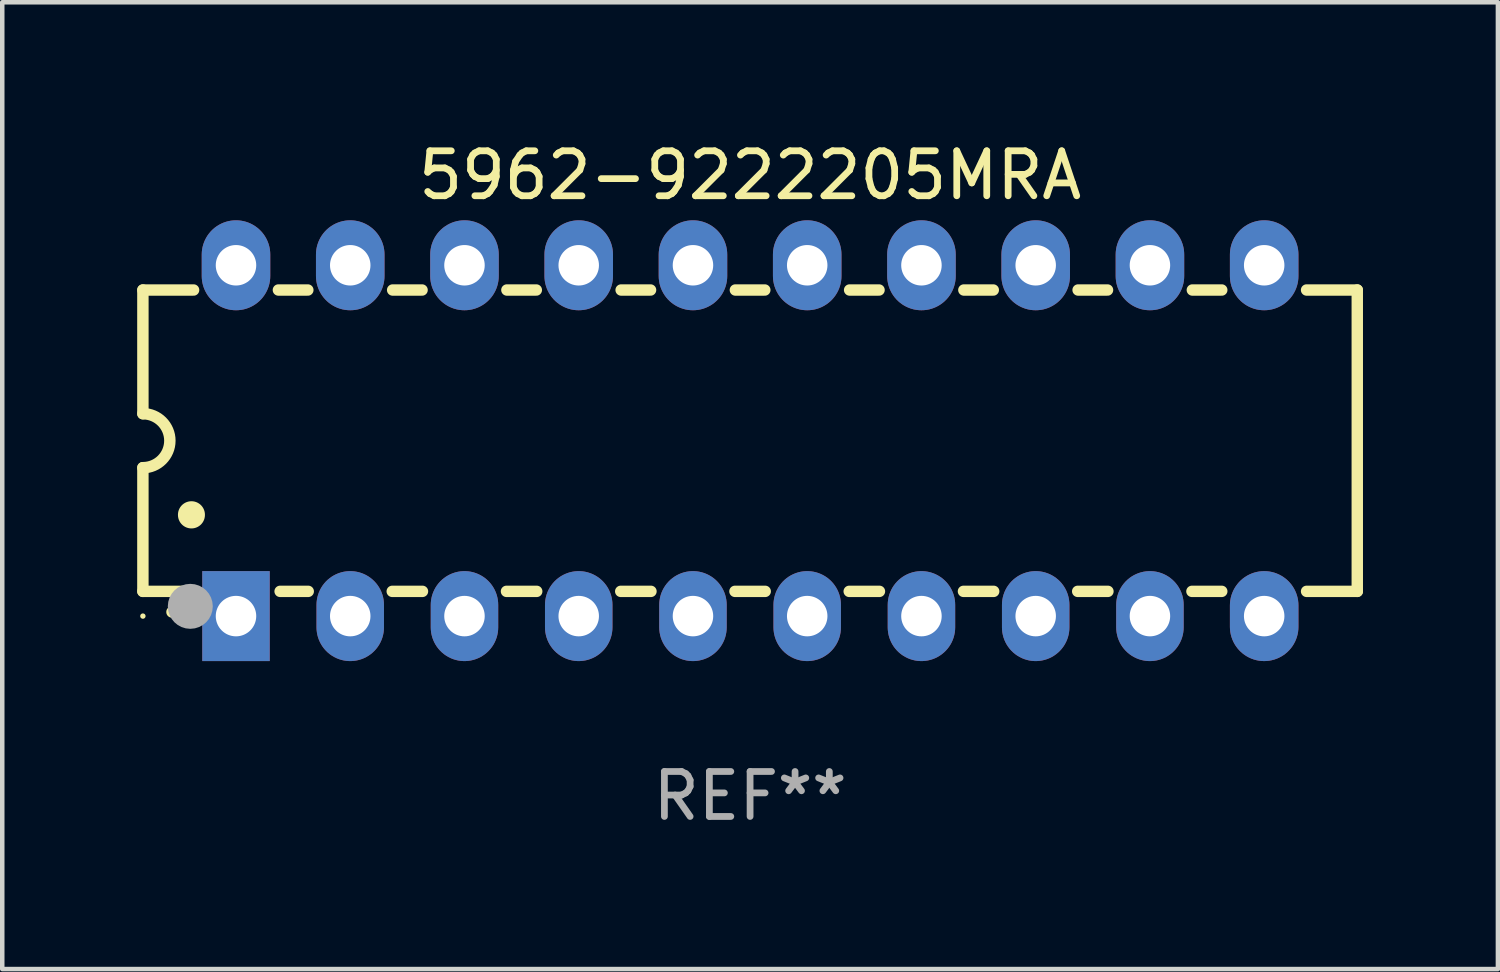
<source format=kicad_pcb>
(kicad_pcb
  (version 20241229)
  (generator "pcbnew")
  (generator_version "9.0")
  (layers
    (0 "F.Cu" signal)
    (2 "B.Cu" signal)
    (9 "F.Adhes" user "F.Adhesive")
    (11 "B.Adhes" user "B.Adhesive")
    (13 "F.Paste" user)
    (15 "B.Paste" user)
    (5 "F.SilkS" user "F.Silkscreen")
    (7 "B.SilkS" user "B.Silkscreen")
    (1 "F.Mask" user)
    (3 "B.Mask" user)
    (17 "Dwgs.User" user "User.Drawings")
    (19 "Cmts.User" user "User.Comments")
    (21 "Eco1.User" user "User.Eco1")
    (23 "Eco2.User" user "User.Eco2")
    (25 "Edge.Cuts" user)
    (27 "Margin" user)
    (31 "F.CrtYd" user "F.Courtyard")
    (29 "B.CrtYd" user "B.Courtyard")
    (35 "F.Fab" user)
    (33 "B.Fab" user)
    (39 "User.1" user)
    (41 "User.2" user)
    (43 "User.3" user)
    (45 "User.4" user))
  (footprint "5962-9222205MRA"
    (layer "F.Cu")
    (at 13.627 6.748)
    (property "Reference" "5962-9222205MRA" (at 0 -5.9 0) (layer "F.SilkS") (effects (font (size 1 1) (thickness 0.15))))
    (attr through_hole)
    (fp_line (start -13.5 -3.35) (end -12.373 -3.35) (stroke (width 0.254) (type solid)) (layer "F.SilkS"))
    (fp_line (start -13.5 -0.6) (end -13.5 -3.35) (stroke (width 0.254) (type solid)) (layer "F.SilkS"))
    (fp_line (start -13.5 3.35) (end -13.5 0.6) (stroke (width 0.254) (type solid)) (layer "F.SilkS"))
    (fp_line (start -13.5 3.35) (end -12.411 3.35) (stroke (width 0.254) (type solid)) (layer "F.SilkS"))
    (fp_line (start -10.487 -3.35) (end -9.833 -3.35) (stroke (width 0.254) (type solid)) (layer "F.SilkS"))
    (fp_line (start -10.449 3.35) (end -9.824 3.35) (stroke (width 0.254) (type solid)) (layer "F.SilkS"))
    (fp_line (start -7.956 3.35) (end -7.284 3.35) (stroke (width 0.254) (type solid)) (layer "F.SilkS"))
    (fp_line (start -7.947 -3.35) (end -7.293 -3.35) (stroke (width 0.254) (type solid)) (layer "F.SilkS"))
    (fp_line (start -5.416 3.35) (end -4.744 3.35) (stroke (width 0.254) (type solid)) (layer "F.SilkS"))
    (fp_line (start -5.407 -3.35) (end -4.753 -3.35) (stroke (width 0.254) (type solid)) (layer "F.SilkS"))
    (fp_line (start -2.876 3.35) (end -2.204 3.35) (stroke (width 0.254) (type solid)) (layer "F.SilkS"))
    (fp_line (start -2.867 -3.35) (end -2.213 -3.35) (stroke (width 0.254) (type solid)) (layer "F.SilkS"))
    (fp_line (start -0.336 3.35) (end 0.336 3.35) (stroke (width 0.254) (type solid)) (layer "F.SilkS"))
    (fp_line (start -0.327 -3.35) (end 0.327 -3.35) (stroke (width 0.254) (type solid)) (layer "F.SilkS"))
    (fp_line (start 2.204 3.35) (end 2.876 3.35) (stroke (width 0.254) (type solid)) (layer "F.SilkS"))
    (fp_line (start 2.213 -3.35) (end 2.867 -3.35) (stroke (width 0.254) (type solid)) (layer "F.SilkS"))
    (fp_line (start 4.744 3.35) (end 5.416 3.35) (stroke (width 0.254) (type solid)) (layer "F.SilkS"))
    (fp_line (start 4.753 -3.35) (end 5.407 -3.35) (stroke (width 0.254) (type solid)) (layer "F.SilkS"))
    (fp_line (start 7.284 3.35) (end 7.956 3.35) (stroke (width 0.254) (type solid)) (layer "F.SilkS"))
    (fp_line (start 7.293 -3.35) (end 7.947 -3.35) (stroke (width 0.254) (type solid)) (layer "F.SilkS"))
    (fp_line (start 9.824 3.35) (end 10.487 3.35) (stroke (width 0.254) (type solid)) (layer "F.SilkS"))
    (fp_line (start 9.833 -3.35) (end 10.487 -3.35) (stroke (width 0.254) (type solid)) (layer "F.SilkS"))
    (fp_line (start 12.373 -3.35) (end 13.5 -3.35) (stroke (width 0.254) (type solid)) (layer "F.SilkS"))
    (fp_line (start 12.373 3.35) (end 13.5 3.35) (stroke (width 0.254) (type solid)) (layer "F.SilkS"))
    (fp_line (start 13.5 -3.35) (end 13.5 3.35) (stroke (width 0.254) (type solid)) (layer "F.SilkS"))
    (fp_arc (start -13.500127 -0.599442) (mid -12.900406 0.000228) (end -13.500025 0.6) (stroke (width 0.254001) (type solid)) (layer "F.SilkS"))
    (fp_arc (start -12.854966 3.810008) (mid -12.854973 3.808738) (end -12.854966 3.807468) (stroke (width 0.25) (type solid)) (layer "F.SilkS"))
    (fp_arc (start -12.420625 1.651003) (mid -12.420636 1.648463) (end -12.420625 1.645923) (stroke (width 0.6) (type solid)) (layer "F.SilkS"))
    (fp_circle (center -13.5 3.9) (end -13.47 3.9) (stroke (width 0.06) (type solid)) (fill no) (layer "F.SilkS"))
    (fp_circle (center -12.446 3.683) (end -12.196 3.683) (stroke (width 0.5) (type solid)) (fill no) (layer "F.Fab"))
    (fp_text user "REF**" (at 0 7.9 0) (layer "F.Fab") (effects (font (size 1 1) (thickness 0.15))))
    (pad "1" thru_hole rect (at -11.43 3.9 90) (size 2 1.5) (drill 0.9) (layers "*.Cu" "*.Mask"))
    (pad "2" thru_hole oval (at -8.89 3.9 90) (size 2 1.5) (drill 0.9) (layers "*.Cu" "*.Mask"))
    (pad "3" thru_hole oval (at -6.35 3.9 90) (size 2 1.5) (drill 0.9) (layers "*.Cu" "*.Mask"))
    (pad "4" thru_hole oval (at -3.81 3.9 90) (size 2 1.5) (drill 0.9) (layers "*.Cu" "*.Mask"))
    (pad "5" thru_hole oval (at -1.27 3.9 90) (size 2 1.5) (drill 0.9) (layers "*.Cu" "*.Mask"))
    (pad "6" thru_hole oval (at 1.27 3.9 90) (size 2 1.5) (drill 0.9) (layers "*.Cu" "*.Mask"))
    (pad "7" thru_hole oval (at 3.81 3.9 90) (size 2 1.5) (drill 0.9) (layers "*.Cu" "*.Mask"))
    (pad "8" thru_hole oval (at 6.35 3.9 90) (size 2 1.5) (drill 0.9) (layers "*.Cu" "*.Mask"))
    (pad "9" thru_hole oval (at 8.89 3.9 90) (size 2 1.5) (drill 0.9) (layers "*.Cu" "*.Mask"))
    (pad "10" thru_hole oval (at 11.43 3.9 90) (size 2 1.524) (drill 0.9) (layers "*.Cu" "*.Mask"))
    (pad "11" thru_hole oval (at 11.43 -3.9 90) (size 2 1.524) (drill 0.9) (layers "*.Cu" "*.Mask"))
    (pad "12" thru_hole oval (at 8.89 -3.9 90) (size 2 1.524) (drill 0.9) (layers "*.Cu" "*.Mask"))
    (pad "13" thru_hole oval (at 6.35 -3.9 90) (size 2 1.524) (drill 0.9) (layers "*.Cu" "*.Mask"))
    (pad "14" thru_hole oval (at 3.81 -3.9 90) (size 2 1.524) (drill 0.9) (layers "*.Cu" "*.Mask"))
    (pad "15" thru_hole oval (at 1.27 -3.9 90) (size 2 1.524) (drill 0.9) (layers "*.Cu" "*.Mask"))
    (pad "16" thru_hole oval (at -1.27 -3.9 90) (size 2 1.524) (drill 0.9) (layers "*.Cu" "*.Mask"))
    (pad "17" thru_hole oval (at -3.81 -3.9 90) (size 2 1.524) (drill 0.9) (layers "*.Cu" "*.Mask"))
    (pad "18" thru_hole oval (at -6.35 -3.9 90) (size 2 1.524) (drill 0.9) (layers "*.Cu" "*.Mask"))
    (pad "19" thru_hole oval (at -8.89 -3.9 90) (size 2 1.524) (drill 0.9) (layers "*.Cu" "*.Mask"))
    (pad "20" thru_hole oval (at -11.43 -3.9 90) (size 2 1.524) (drill 0.9) (layers "*.Cu" "*.Mask")))
  (gr_rect
    (start -3 -3)
    (end 30.254 18.496)
    (stroke (width 0.1) (type default))
    (fill no)
    (layer "Edge.Cuts")))
</source>
